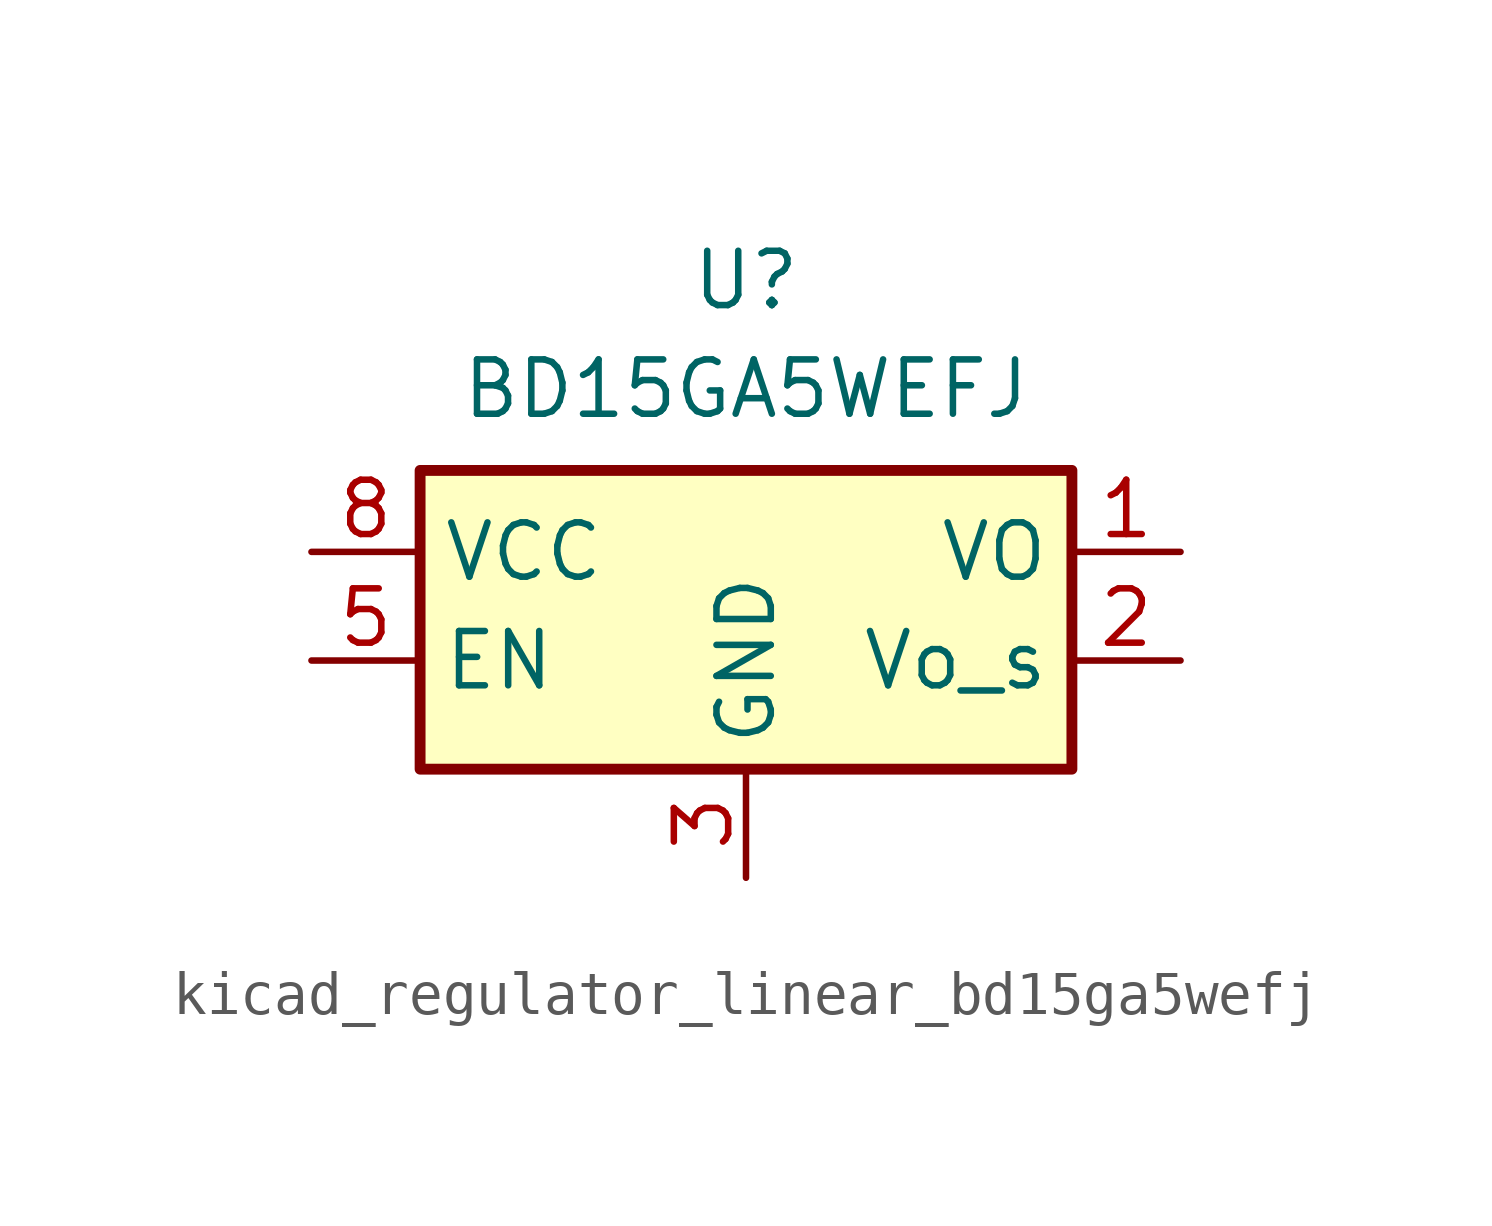
<source format=kicad_sym>
(kicad_symbol_lib
  (version 20220914)
  (generator kicad_symbol_editor)
  (symbol "kicad_regulator_linear_bd15ga5wefj"
    (property "Reference" "U"
      (at 0 6.35 0)
      (effects (font (size 1.27 1.27))))
    (property "Value" "BD15GA5WEFJ"
      (at 0 3.81 0)
      (effects (font (size 1.27 1.27))))
    (symbol "kicad_regulator_linear_bd15ga5wefj_1_1"
      (rectangle (start -7.62 -5.08) (end 7.62 1.905) (stroke (width 0.254) (type default)) (fill (type background)))
      (pin power_out line (at 10.16 0 180) (length 2.54) (name "VO" (effects (font (size 1.27 1.27)))) (number "1" (effects (font (size 1.27 1.27)))))
      (pin input line (at 10.16 -2.54 180) (length 2.54) (name "Vo_s" (effects (font (size 1.27 1.27)))) (number "2" (effects (font (size 1.27 1.27)))))
      (pin power_in line (at 0 -7.62 90) (length 2.54) (name "GND" (effects (font (size 1.27 1.27)))) (number "3" (effects (font (size 1.27 1.27)))))
      (pin passive line (at 0 -7.62 90) (length 2.54) hide (name "GND" (effects (font (size 1.27 1.27)))) (number "4" (effects (font (size 1.27 1.27)))))
      (pin input line (at -10.16 -2.54 0) (length 2.54) (name "EN" (effects (font (size 1.27 1.27)))) (number "5" (effects (font (size 1.27 1.27)))))
      (pin passive line (at 0 -7.62 90) (length 2.54) hide (name "GND" (effects (font (size 1.27 1.27)))) (number "6" (effects (font (size 1.27 1.27)))))
      (pin passive line (at 0 -7.62 90) (length 2.54) hide (name "GND" (effects (font (size 1.27 1.27)))) (number "7" (effects (font (size 1.27 1.27)))))
      (pin power_in line (at -10.16 0 0) (length 2.54) (name "VCC" (effects (font (size 1.27 1.27)))) (number "8" (effects (font (size 1.27 1.27)))))
      (pin passive line (at 0 -7.62 90) (length 2.54) hide (name "GND" (effects (font (size 1.27 1.27)))) (number "9" (effects (font (size 1.27 1.27))))))))
</source>
